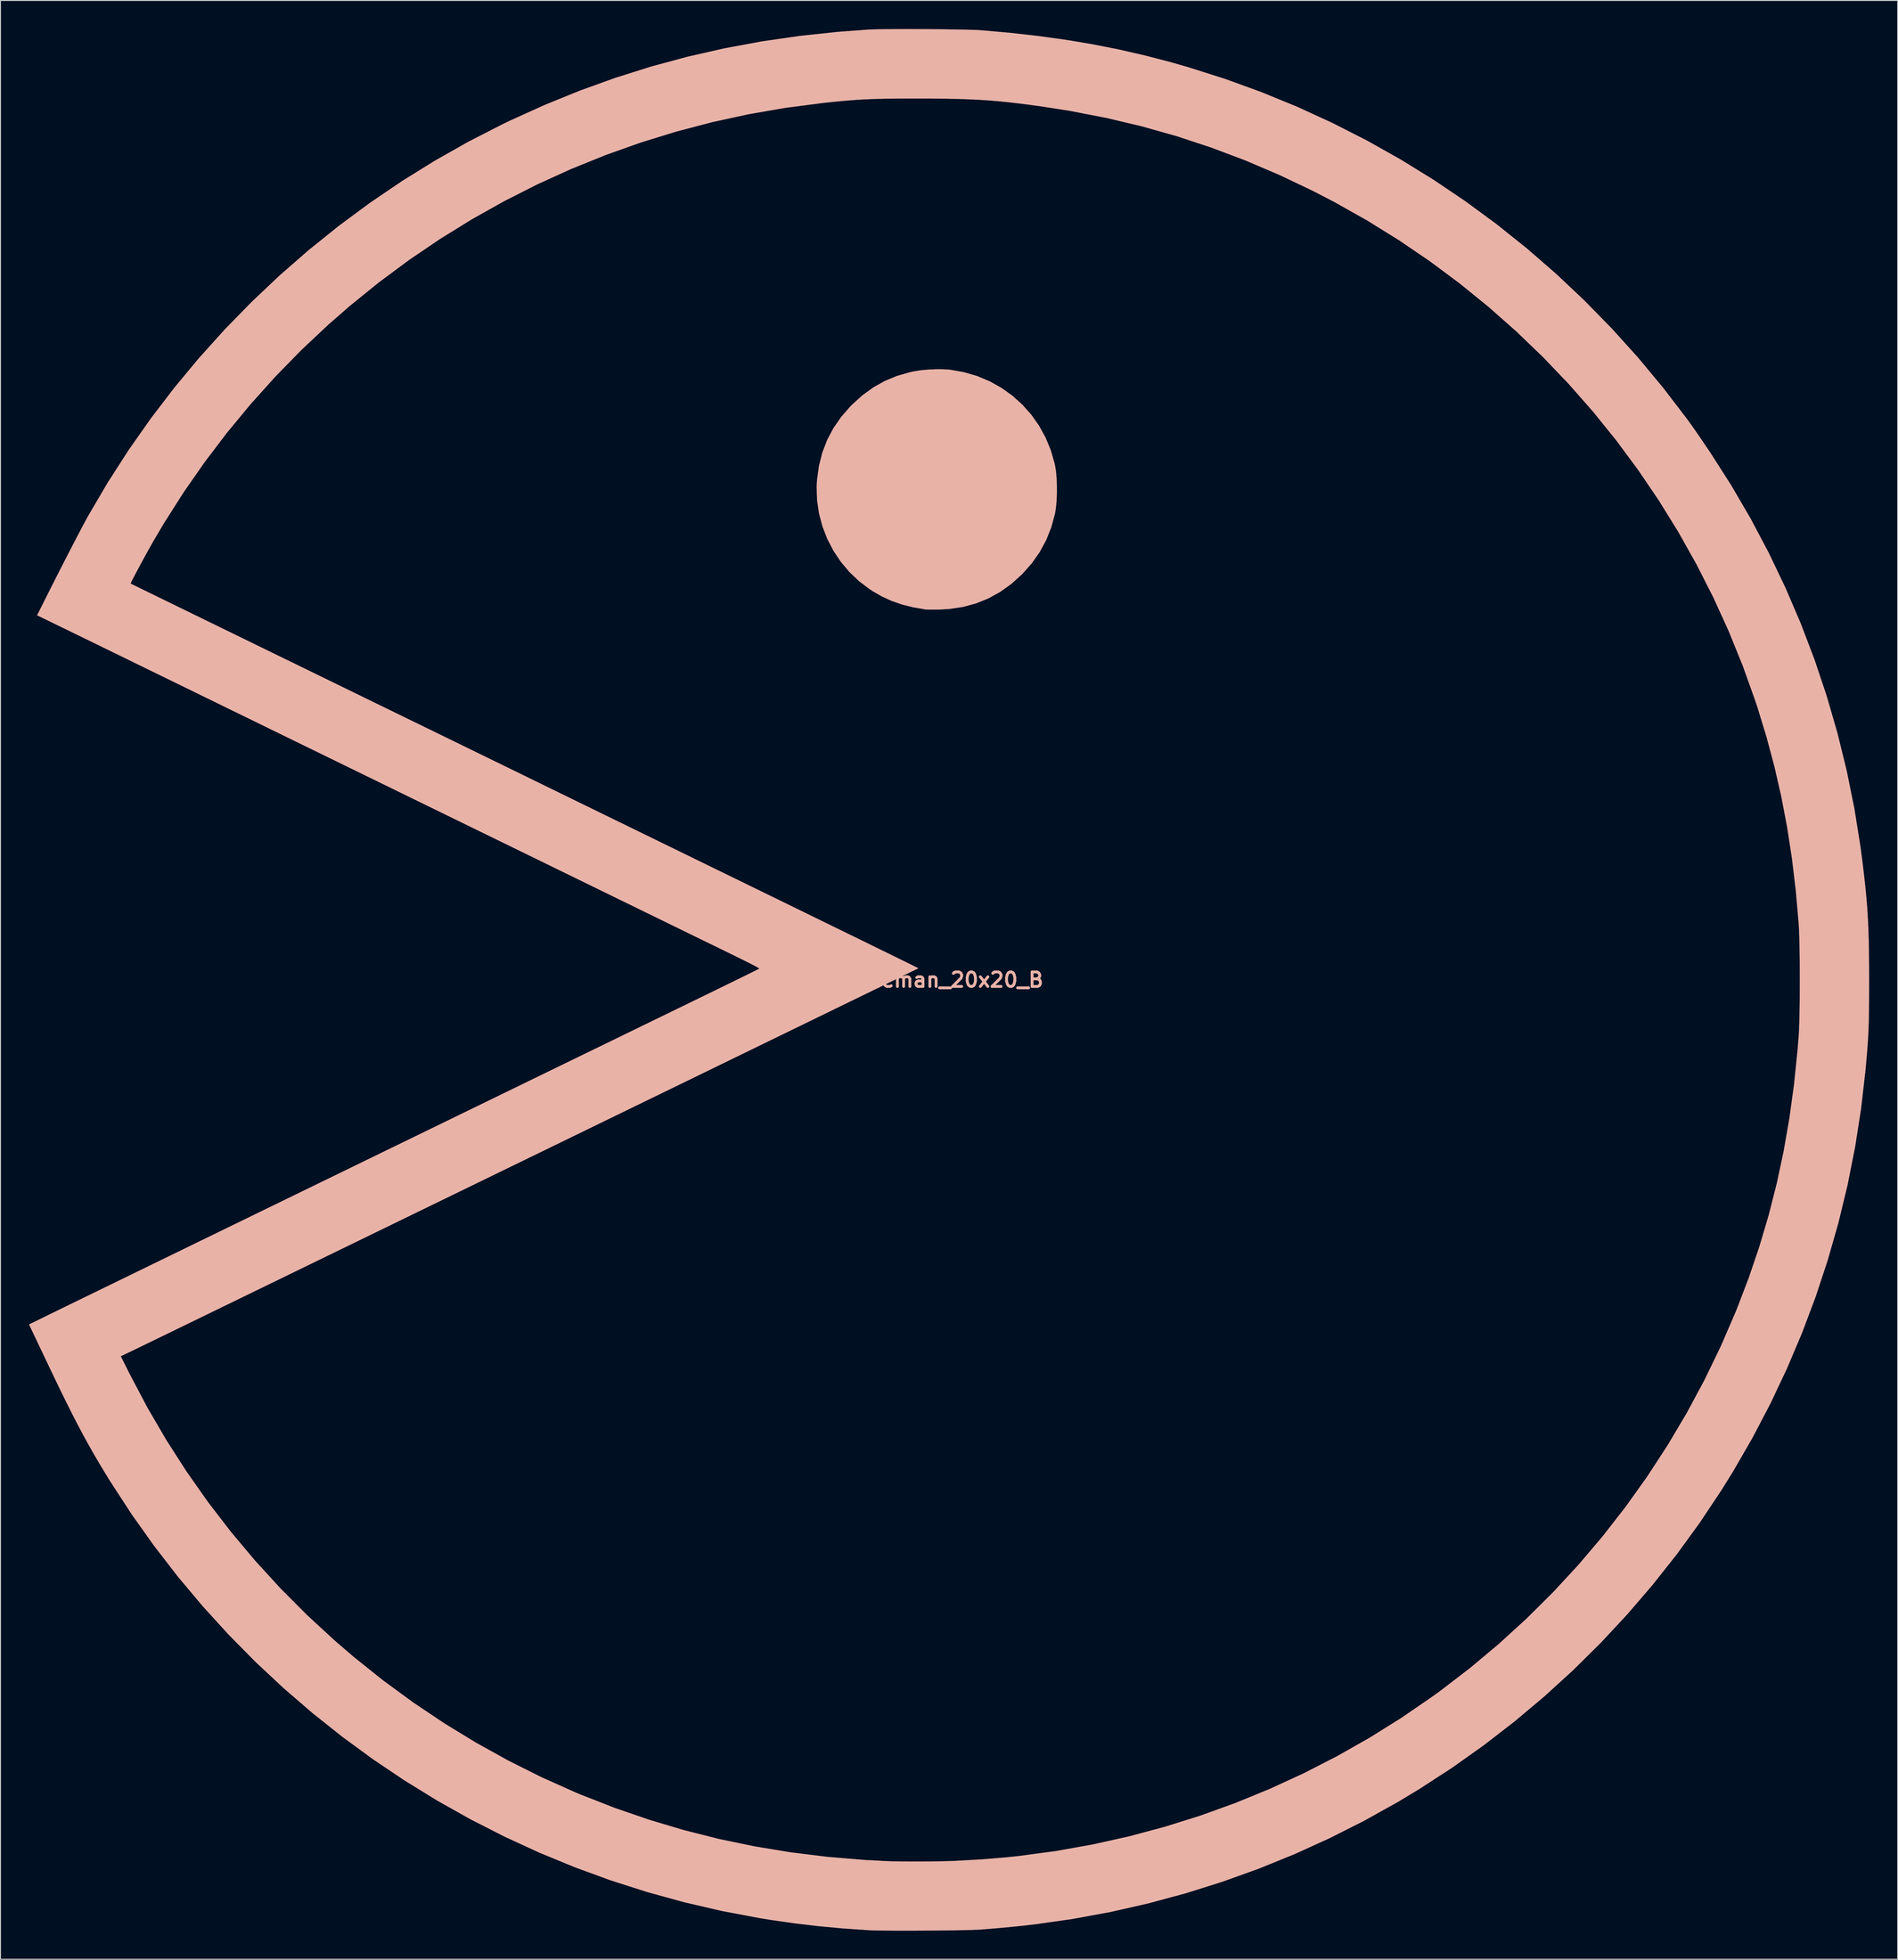
<source format=kicad_pcb>
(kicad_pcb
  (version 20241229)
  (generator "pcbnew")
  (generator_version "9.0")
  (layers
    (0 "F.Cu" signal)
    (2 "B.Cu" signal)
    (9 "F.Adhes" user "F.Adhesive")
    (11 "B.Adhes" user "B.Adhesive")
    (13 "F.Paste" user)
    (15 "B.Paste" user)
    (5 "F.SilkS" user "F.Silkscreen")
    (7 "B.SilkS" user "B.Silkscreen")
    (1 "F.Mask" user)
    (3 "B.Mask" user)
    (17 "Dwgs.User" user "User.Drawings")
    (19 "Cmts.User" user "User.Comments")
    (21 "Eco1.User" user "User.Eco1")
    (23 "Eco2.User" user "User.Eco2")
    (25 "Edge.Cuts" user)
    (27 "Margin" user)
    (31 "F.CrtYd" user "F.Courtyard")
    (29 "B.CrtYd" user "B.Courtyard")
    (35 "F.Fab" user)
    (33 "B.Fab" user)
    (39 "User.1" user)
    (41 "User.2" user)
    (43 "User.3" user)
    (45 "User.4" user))
  (footprint "pacman_20x20_B"
    (layer "F.Cu")
    (at 96.681 99.875)
    (property "Reference" "pacman_20x20_B" (at 0 0 0) (layer "B.SilkS") (effects (font (size 1.524 1.524) (thickness 0.3))))
    (attr through_hole)
    (fp_poly (pts (xy -0.669 -64.136) (xy 0.003 -64.096) (xy 0.127 -64.082) (xy 1.579 -63.823) (xy 2.966 -63.412) (xy 4.28 -62.857) (xy 5.511 -62.166) (xy 6.651 -61.348) (xy 7.69 -60.411) (xy 8.621 -59.362) (xy 9.434 -58.21) (xy 10.12 -56.962) (xy 10.671 -55.627) (xy 11.078 -54.213) (xy 11.108 -54.076) (xy 11.209 -53.462) (xy 11.275 -52.731) (xy 11.309 -51.928) (xy 11.309 -51.102) (xy 11.275 -50.299) (xy 11.208 -49.569) (xy 11.108 -48.964) (xy 10.718 -47.535) (xy 10.184 -46.196) (xy 9.505 -44.941) (xy 8.677 -43.763) (xy 7.695 -42.655) (xy 7.624 -42.583) (xy 6.52 -41.59) (xy 5.349 -40.752) (xy 4.112 -40.071) (xy 2.808 -39.544) (xy 1.437 -39.174) (xy 0.001 -38.96) (xy -0.974 -38.904) (xy -1.442 -38.896) (xy -1.868 -38.894) (xy -2.216 -38.898) (xy -2.446 -38.907) (xy -2.498 -38.912) (xy -3.8 -39.139) (xy -4.974 -39.434) (xy -6.053 -39.808) (xy -7.069 -40.273) (xy -8.054 -40.84) (xy -8.34 -41.026) (xy -9.475 -41.883) (xy -10.498 -42.857) (xy -11.4 -43.934) (xy -12.176 -45.101) (xy -12.819 -46.343) (xy -13.322 -47.647) (xy -13.679 -49) (xy -13.883 -50.387) (xy -13.928 -51.796) (xy -13.886 -52.536) (xy -13.68 -54.006) (xy -13.327 -55.394) (xy -12.824 -56.705) (xy -12.168 -57.945) (xy -11.358 -59.118) (xy -10.39 -60.23) (xy -10.208 -60.415) (xy -9.117 -61.402) (xy -7.973 -62.231) (xy -6.764 -62.908) (xy -5.48 -63.439) (xy -4.108 -63.831) (xy -3.663 -63.925) (xy -2.989 -64.029) (xy -2.225 -64.1) (xy -1.432 -64.137) (xy -0.669 -64.136)) (stroke (width 0.01) (type solid)) (fill yes) (layer "B.SilkS"))
    (fp_poly (pts (xy -3.362 -99.867) (xy -2.399 -99.863) (xy -1.44 -99.855) (xy -0.506 -99.845) (xy 0.383 -99.833) (xy 1.204 -99.818) (xy 1.937 -99.802) (xy 2.56 -99.783) (xy 3.052 -99.763) (xy 3.344 -99.745) (xy 6.437 -99.47) (xy 9.394 -99.137) (xy 12.243 -98.743) (xy 15.008 -98.281) (xy 17.716 -97.748) (xy 20.393 -97.138) (xy 23.064 -96.448) (xy 25.061 -95.88) (xy 28.97 -94.639) (xy 32.812 -93.243) (xy 36.583 -91.696) (xy 40.279 -89.999) (xy 43.897 -88.156) (xy 47.434 -86.168) (xy 50.885 -84.04) (xy 54.247 -81.772) (xy 57.516 -79.368) (xy 60.689 -76.83) (xy 63.761 -74.162) (xy 66.73 -71.364) (xy 69.592 -68.441) (xy 72.343 -65.395) (xy 74.979 -62.227) (xy 77.496 -58.942) (xy 77.754 -58.589) (xy 78.007 -58.236) (xy 78.333 -57.771) (xy 78.71 -57.226) (xy 79.118 -56.631) (xy 79.537 -56.015) (xy 79.944 -55.41) (xy 79.97 -55.372) (xy 82.165 -51.94) (xy 84.214 -48.424) (xy 86.115 -44.832) (xy 87.865 -41.169) (xy 89.464 -37.439) (xy 90.907 -33.649) (xy 92.195 -29.804) (xy 93.324 -25.909) (xy 94.293 -21.971) (xy 95.099 -17.994) (xy 95.74 -13.984) (xy 95.921 -12.607) (xy 96.071 -11.371) (xy 96.2 -10.241) (xy 96.308 -9.189) (xy 96.398 -8.19) (xy 96.472 -7.216) (xy 96.53 -6.24) (xy 96.574 -5.236) (xy 96.607 -4.176) (xy 96.628 -3.033) (xy 96.641 -1.782) (xy 96.646 -0.395) (xy 96.646 -0.042) (xy 96.645 1.117) (xy 96.642 2.131) (xy 96.635 3.025) (xy 96.623 3.822) (xy 96.606 4.547) (xy 96.583 5.224) (xy 96.552 5.878) (xy 96.512 6.533) (xy 96.463 7.213) (xy 96.403 7.943) (xy 96.332 8.746) (xy 96.261 9.525) (xy 95.798 13.569) (xy 95.168 17.587) (xy 94.375 21.574) (xy 93.419 25.522) (xy 92.303 29.428) (xy 91.029 33.284) (xy 89.598 37.087) (xy 88.013 40.829) (xy 86.274 44.506) (xy 84.386 48.111) (xy 82.348 51.64) (xy 81.155 53.561) (xy 78.872 56.988) (xy 76.456 60.313) (xy 73.911 63.531) (xy 71.242 66.639) (xy 68.452 69.633) (xy 65.544 72.509) (xy 62.523 75.263) (xy 59.393 77.893) (xy 56.158 80.393) (xy 52.82 82.761) (xy 49.385 84.992) (xy 47.159 86.334) (xy 43.609 88.313) (xy 39.979 90.145) (xy 36.277 91.828) (xy 32.51 93.358) (xy 28.683 94.733) (xy 24.804 95.951) (xy 20.881 97.01) (xy 16.919 97.908) (xy 12.926 98.642) (xy 9.144 99.18) (xy 7.843 99.331) (xy 6.478 99.473) (xy 5.014 99.607) (xy 3.417 99.739) (xy 3.344 99.745) (xy 2.989 99.766) (xy 2.486 99.785) (xy 1.855 99.802) (xy 1.118 99.818) (xy 0.295 99.832) (xy -0.593 99.844) (xy -1.524 99.853) (xy -2.479 99.86) (xy -3.435 99.865) (xy -4.372 99.867) (xy -5.269 99.867) (xy -6.106 99.863) (xy -6.86 99.857) (xy -7.512 99.848) (xy -8.041 99.835) (xy -8.424 99.819) (xy -8.424 99.819) (xy -11.101 99.635) (xy -13.664 99.399) (xy -16.165 99.106) (xy -18.654 98.751) (xy -19.897 98.55) (xy -23.894 97.795) (xy -27.844 96.879) (xy -31.74 95.806) (xy -35.58 94.578) (xy -39.359 93.197) (xy -43.073 91.667) (xy -46.718 89.99) (xy -50.29 88.17) (xy -53.783 86.208) (xy -57.195 84.109) (xy -60.521 81.874) (xy -63.757 79.506) (xy -66.898 77.009) (xy -69.941 74.385) (xy -72.881 71.637) (xy -75.714 68.767) (xy -78.436 65.779) (xy -81.043 62.676) (xy -83.53 59.459) (xy -85.894 56.133) (xy -88.13 52.699) (xy -88.152 52.663) (xy -88.766 51.665) (xy -89.346 50.7) (xy -89.902 49.749) (xy -90.445 48.791) (xy -90.984 47.808) (xy -91.53 46.78) (xy -92.093 45.689) (xy -92.684 44.515) (xy -93.312 43.24) (xy -93.987 41.843) (xy -94.582 40.598) (xy -95.089 39.533) (xy -87.041 39.533) (xy -86.106 41.403) (xy -84.26 44.903) (xy -82.271 48.313) (xy -80.142 51.631) (xy -77.875 54.853) (xy -75.473 57.974) (xy -72.939 60.993) (xy -70.276 63.904) (xy -67.486 66.705) (xy -64.573 69.392) (xy -62.578 71.106) (xy -59.504 73.566) (xy -56.332 75.891) (xy -53.07 78.077) (xy -49.724 80.121) (xy -46.302 82.018) (xy -42.81 83.764) (xy -39.256 85.354) (xy -38.735 85.572) (xy -35.145 86.975) (xy -31.531 88.219) (xy -27.884 89.306) (xy -24.196 90.237) (xy -20.459 91.015) (xy -16.664 91.641) (xy -12.804 92.117) (xy -8.871 92.444) (xy -6.604 92.565) (xy -6.017 92.583) (xy -5.297 92.597) (xy -4.479 92.605) (xy -3.598 92.607) (xy -2.691 92.605) (xy -1.792 92.597) (xy -0.939 92.584) (xy -0.165 92.567) (xy 0.493 92.545) (xy 0.55 92.542) (xy 3.404 92.382) (xy 6.121 92.155) (xy 7.324 92.028) (xy 11.216 91.505) (xy 15.076 90.816) (xy 18.898 89.965) (xy 22.677 88.952) (xy 26.408 87.781) (xy 30.086 86.452) (xy 33.706 84.968) (xy 37.263 83.331) (xy 40.752 81.542) (xy 44.167 79.605) (xy 47.504 77.52) (xy 50.758 75.289) (xy 51.604 74.676) (xy 54.735 72.273) (xy 57.754 69.743) (xy 60.659 67.092) (xy 63.445 64.324) (xy 66.11 61.443) (xy 68.649 58.454) (xy 71.06 55.36) (xy 73.339 52.167) (xy 75.483 48.878) (xy 77.488 45.499) (xy 79.351 42.033) (xy 81.069 38.484) (xy 82.638 34.858) (xy 82.765 34.544) (xy 84.01 31.286) (xy 85.12 28.017) (xy 86.099 24.721) (xy 86.949 21.382) (xy 87.675 17.984) (xy 88.28 14.51) (xy 88.768 10.945) (xy 89.143 7.272) (xy 89.257 5.842) (xy 89.286 5.337) (xy 89.31 4.687) (xy 89.33 3.916) (xy 89.346 3.046) (xy 89.357 2.102) (xy 89.364 1.108) (xy 89.366 0.088) (xy 89.364 -0.936) (xy 89.358 -1.938) (xy 89.347 -2.895) (xy 89.332 -3.784) (xy 89.313 -4.58) (xy 89.289 -5.259) (xy 89.26 -5.799) (xy 89.254 -5.884) (xy 88.948 -9.382) (xy 88.544 -12.76) (xy 88.039 -16.04) (xy 87.428 -19.245) (xy 86.708 -22.395) (xy 85.874 -25.513) (xy 84.922 -28.62) (xy 84.714 -29.252) (xy 83.386 -32.968) (xy 81.908 -36.611) (xy 80.282 -40.176) (xy 78.512 -43.659) (xy 76.602 -47.058) (xy 74.553 -50.367) (xy 72.371 -53.583) (xy 70.059 -56.702) (xy 67.619 -59.72) (xy 65.055 -62.633) (xy 62.371 -65.437) (xy 59.57 -68.128) (xy 56.656 -70.703) (xy 53.631 -73.158) (xy 50.5 -75.487) (xy 47.265 -77.689) (xy 43.93 -79.758) (xy 40.499 -81.691) (xy 38.185 -82.889) (xy 34.661 -84.565) (xy 31.118 -86.075) (xy 27.544 -87.424) (xy 23.928 -88.616) (xy 20.261 -89.652) (xy 16.532 -90.536) (xy 12.729 -91.273) (xy 9.821 -91.73) (xy 8.538 -91.907) (xy 7.352 -92.059) (xy 6.237 -92.187) (xy 5.164 -92.294) (xy 4.108 -92.381) (xy 3.042 -92.449) (xy 1.937 -92.501) (xy 0.768 -92.538) (xy -0.493 -92.562) (xy -1.873 -92.576) (xy -3.175 -92.579) (xy -4.417 -92.578) (xy -5.515 -92.573) (xy -6.493 -92.562) (xy -7.377 -92.544) (xy -8.192 -92.519) (xy -8.962 -92.484) (xy -9.713 -92.44) (xy -10.47 -92.384) (xy -11.257 -92.316) (xy -12.101 -92.235) (xy -13.024 -92.138) (xy -13.293 -92.109) (xy -17.207 -91.601) (xy -21.082 -90.929) (xy -24.914 -90.094) (xy -28.699 -89.1) (xy -32.432 -87.948) (xy -36.109 -86.64) (xy -39.726 -85.177) (xy -43.278 -83.563) (xy -46.761 -81.798) (xy -50.17 -79.885) (xy -53.502 -77.825) (xy -56.752 -75.621) (xy -59.915 -73.275) (xy -62.988 -70.788) (xy -65.239 -68.824) (xy -68.067 -66.164) (xy -70.79 -63.379) (xy -73.4 -60.477) (xy -75.888 -57.469) (xy -78.246 -54.365) (xy -80.467 -51.175) (xy -82.542 -47.909) (xy -83.591 -46.132) (xy -83.863 -45.654) (xy -84.157 -45.129) (xy -84.461 -44.579) (xy -84.766 -44.022) (xy -85.059 -43.479) (xy -85.332 -42.97) (xy -85.573 -42.515) (xy -85.771 -42.133) (xy -85.916 -41.845) (xy -85.996 -41.669) (xy -86.009 -41.625) (xy -85.932 -41.586) (xy -85.711 -41.478) (xy -85.354 -41.304) (xy -84.871 -41.068) (xy -84.269 -40.774) (xy -83.557 -40.427) (xy -82.743 -40.029) (xy -81.836 -39.587) (xy -80.844 -39.103) (xy -79.775 -38.581) (xy -78.638 -38.027) (xy -77.442 -37.443) (xy -76.194 -36.834) (xy -74.903 -36.204) (xy -73.577 -35.558) (xy -72.226 -34.899) (xy -70.856 -34.231) (xy -69.478 -33.559) (xy -68.098 -32.886) (xy -66.726 -32.217) (xy -65.37 -31.556) (xy -64.039 -30.907) (xy -62.74 -30.274) (xy -61.482 -29.66) (xy -60.273 -29.071) (xy -59.123 -28.511) (xy -58.039 -27.982) (xy -57.03 -27.49) (xy -56.103 -27.039) (xy -55.269 -26.633) (xy -55.076 -26.539) (xy -54.74 -26.375) (xy -54.263 -26.142) (xy -53.656 -25.846) (xy -52.93 -25.492) (xy -52.097 -25.086) (xy -51.167 -24.632) (xy -50.153 -24.137) (xy -49.064 -23.606) (xy -47.913 -23.044) (xy -46.709 -22.457) (xy -45.465 -21.85) (xy -44.192 -21.228) (xy -42.901 -20.598) (xy -42.46 -20.383) (xy -41.157 -19.747) (xy -39.862 -19.115) (xy -38.589 -18.493) (xy -37.348 -17.888) (xy -36.151 -17.303) (xy -35.009 -16.746) (xy -33.935 -16.222) (xy -32.94 -15.736) (xy -32.036 -15.295) (xy -31.234 -14.904) (xy -30.546 -14.568) (xy -29.983 -14.293) (xy -29.558 -14.086) (xy -29.464 -14.04) (xy -26.933 -12.805) (xy -24.552 -11.643) (xy -22.316 -10.552) (xy -20.223 -9.53) (xy -18.269 -8.577) (xy -16.451 -7.689) (xy -14.766 -6.866) (xy -13.211 -6.107) (xy -11.782 -5.409) (xy -10.477 -4.771) (xy -9.291 -4.192) (xy -8.222 -3.669) (xy -7.267 -3.202) (xy -6.422 -2.788) (xy -5.685 -2.427) (xy -5.051 -2.116) (xy -4.518 -1.854) (xy -4.082 -1.64) (xy -3.741 -1.471) (xy -3.491 -1.347) (xy -3.328 -1.265) (xy -3.25 -1.225) (xy -3.242 -1.22) (xy -3.319 -1.182) (xy -3.542 -1.073) (xy -3.906 -0.895) (xy -4.406 -0.652) (xy -5.034 -0.345) (xy -5.787 0.021) (xy -6.658 0.445) (xy -7.641 0.924) (xy -8.731 1.454) (xy -9.922 2.034) (xy -11.209 2.66) (xy -12.585 3.33) (xy -14.045 4.04) (xy -15.583 4.789) (xy -17.194 5.573) (xy -18.872 6.389) (xy -20.611 7.235) (xy -22.405 8.108) (xy -24.25 9.006) (xy -26.138 9.925) (xy -28.065 10.862) (xy -30.025 11.815) (xy -32.012 12.782) (xy -34.02 13.759) (xy -36.044 14.743) (xy -38.078 15.732) (xy -40.116 16.724) (xy -42.152 17.714) (xy -44.182 18.701) (xy -46.199 19.682) (xy -48.197 20.654) (xy -50.171 21.614) (xy -52.116 22.56) (xy -54.025 23.488) (xy -55.892 24.396) (xy -56.388 24.637) (xy -57.533 25.194) (xy -58.798 25.809) (xy -60.151 26.467) (xy -61.56 27.153) (xy -62.994 27.85) (xy -64.419 28.543) (xy -65.805 29.217) (xy -67.118 29.855) (xy -68.327 30.444) (xy -68.665 30.608) (xy -70.496 31.499) (xy -72.182 32.319) (xy -73.729 33.071) (xy -75.144 33.76) (xy -76.434 34.387) (xy -77.606 34.957) (xy -78.666 35.472) (xy -79.621 35.937) (xy -80.478 36.353) (xy -81.244 36.726) (xy -81.925 37.057) (xy -82.528 37.35) (xy -83.061 37.608) (xy -83.529 37.836) (xy -83.94 38.035) (xy -84.299 38.209) (xy -84.615 38.363) (xy -84.894 38.498) (xy -85.143 38.618) (xy -85.368 38.726) (xy -85.576 38.827) (xy -85.579 38.828) (xy -87.041 39.533) (xy -95.089 39.533) (xy -96.676 36.195) (xy -94.545 35.148) (xy -94.33 35.042) (xy -93.968 34.866) (xy -93.465 34.62) (xy -92.827 34.309) (xy -92.059 33.935) (xy -91.168 33.501) (xy -90.158 33.009) (xy -89.036 32.462) (xy -87.806 31.864) (xy -86.476 31.216) (xy -85.05 30.522) (xy -83.534 29.784) (xy -81.934 29.005) (xy -80.256 28.188) (xy -78.505 27.335) (xy -76.686 26.45) (xy -74.806 25.535) (xy -72.87 24.593) (xy -70.885 23.626) (xy -68.854 22.638) (xy -66.785 21.631) (xy -64.683 20.608) (xy -62.553 19.572) (xy -60.402 18.525) (xy -58.234 17.47) (xy -56.056 16.411) (xy -53.873 15.349) (xy -51.692 14.287) (xy -49.516 13.229) (xy -47.354 12.177) (xy -45.209 11.133) (xy -43.087 10.101) (xy -40.995 9.083) (xy -38.938 8.083) (xy -36.922 7.102) (xy -34.952 6.144) (xy -33.034 5.211) (xy -31.174 4.306) (xy -29.377 3.432) (xy -27.94 2.734) (xy -26.854 2.205) (xy -25.811 1.697) (xy -24.821 1.215) (xy -23.894 0.762) (xy -23.04 0.344) (xy -22.269 -0.033) (xy -21.592 -0.365) (xy -21.018 -0.648) (xy -20.557 -0.875) (xy -20.221 -1.043) (xy -20.018 -1.146) (xy -19.958 -1.178) (xy -19.964 -1.2) (xy -20.014 -1.241) (xy -20.119 -1.306) (xy -20.287 -1.4) (xy -20.526 -1.527) (xy -20.847 -1.691) (xy -21.257 -1.898) (xy -21.766 -2.151) (xy -22.383 -2.455) (xy -23.116 -2.815) (xy -23.975 -3.235) (xy -24.968 -3.719) (xy -26.105 -4.273) (xy -26.12 -4.28) (xy -26.431 -4.432) (xy -26.884 -4.652) (xy -27.467 -4.937) (xy -28.17 -5.28) (xy -28.983 -5.676) (xy -29.894 -6.121) (xy -30.893 -6.608) (xy -31.969 -7.133) (xy -33.111 -7.691) (xy -34.309 -8.275) (xy -35.551 -8.882) (xy -36.828 -9.505) (xy -38.128 -10.14) (xy -38.862 -10.498) (xy -40.203 -11.153) (xy -41.546 -11.809) (xy -42.881 -12.46) (xy -44.193 -13.101) (xy -45.47 -13.724) (xy -46.7 -14.325) (xy -47.871 -14.896) (xy -48.968 -15.432) (xy -49.981 -15.926) (xy -50.897 -16.373) (xy -51.702 -16.766) (xy -52.385 -17.099) (xy -52.932 -17.366) (xy -53.086 -17.441) (xy -53.57 -17.677) (xy -54.196 -17.983) (xy -54.954 -18.352) (xy -55.832 -18.781) (xy -56.821 -19.264) (xy -57.911 -19.796) (xy -59.09 -20.371) (xy -60.349 -20.986) (xy -61.678 -21.634) (xy -63.065 -22.311) (xy -64.5 -23.012) (xy -65.974 -23.731) (xy -67.475 -24.464) (xy -68.994 -25.205) (xy -70.52 -25.95) (xy -72.042 -26.693) (xy -73.55 -27.43) (xy -75.035 -28.154) (xy -76.485 -28.862) (xy -77.89 -29.548) (xy -79.24 -30.207) (xy -80.524 -30.834) (xy -81.732 -31.424) (xy -82.854 -31.972) (xy -83.879 -32.472) (xy -84.797 -32.92) (xy -85.598 -33.311) (xy -85.615 -33.32) (xy -86.523 -33.763) (xy -87.498 -34.239) (xy -88.507 -34.731) (xy -89.518 -35.224) (xy -90.498 -35.702) (xy -91.414 -36.148) (xy -92.234 -36.547) (xy -92.742 -36.795) (xy -95.83 -38.297) (xy -94.871 -40.209) (xy -94.389 -41.168) (xy -93.893 -42.148) (xy -93.393 -43.13) (xy -92.898 -44.097) (xy -92.418 -45.03) (xy -91.962 -45.911) (xy -91.539 -46.722) (xy -91.16 -47.444) (xy -90.832 -48.059) (xy -90.567 -48.549) (xy -90.469 -48.726) (xy -88.413 -52.232) (xy -86.216 -55.647) (xy -83.883 -58.968) (xy -81.418 -62.191) (xy -78.826 -65.31) (xy -76.112 -68.321) (xy -73.28 -71.221) (xy -70.334 -74.005) (xy -67.28 -76.668) (xy -64.121 -79.206) (xy -60.863 -81.615) (xy -57.51 -83.891) (xy -54.067 -86.029) (xy -50.539 -88.025) (xy -46.929 -89.875) (xy -46.148 -90.25) (xy -42.48 -91.91) (xy -38.788 -93.409) (xy -35.064 -94.75) (xy -31.302 -95.935) (xy -27.492 -96.965) (xy -23.629 -97.843) (xy -19.704 -98.571) (xy -15.71 -99.15) (xy -11.639 -99.582) (xy -8.424 -99.818) (xy -8.029 -99.835) (xy -7.489 -99.848) (xy -6.826 -99.858) (xy -6.06 -99.865) (xy -5.214 -99.869) (xy -4.307 -99.87) (xy -3.362 -99.867)) (stroke (width 0.01) (type solid)) (fill yes) (layer "B.SilkS")))
  (gr_rect
    (start -3 -3)
    (end 196.332 202.747)
    (stroke (width 0.1) (type default))
    (fill no)
    (layer "Edge.Cuts")))
</source>
